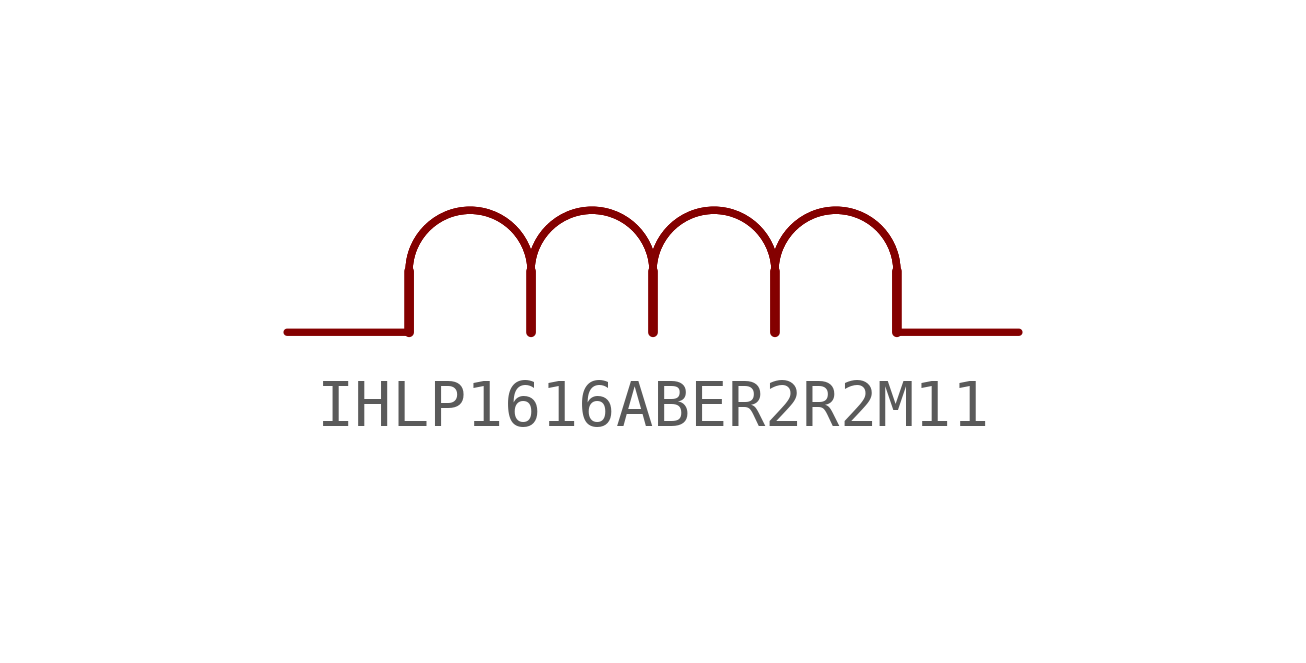
<source format=kicad_sym>
(kicad_symbol_lib
  (version 20231120)
  (generator "kicad_symbol_editor")
  (generator_version "8.0")
  (symbol "IHLP1616ABER2R2M11"
    (property "Reference" "L"
      (at -0.914 3.353 0)
      (effects (font (size 3.48 2.958)) (justify left bottom) (hide yes)))
    (property "ki_locked" ""
      (at 0 0 0)
      (effects (font (size 1.27 1.27))))
    (symbol "IHLP1616ABER2R2M11_1_0"
      (polyline (pts (xy 2.54 0) (xy 2.54 1.27)) (stroke (width 0.203) (type solid)) (fill (type none)))
      (polyline (pts (xy 5.08 0) (xy 5.08 1.27)) (stroke (width 0.203) (type solid)) (fill (type none)))
      (polyline (pts (xy 7.62 0) (xy 7.62 1.27)) (stroke (width 0.203) (type solid)) (fill (type none)))
      (polyline (pts (xy 10.16 0) (xy 10.16 1.27)) (stroke (width 0.203) (type solid)) (fill (type none)))
      (polyline (pts (xy 12.7 0) (xy 12.7 1.27)) (stroke (width 0.203) (type solid)) (fill (type none)))
      (arc (start 5.08 1.27) (mid 3.81 2.54) (end 2.54 1.27) (stroke (width 0.1524) (type solid)) (fill (type none)))
      (arc (start 5.08 1.27) (mid 3.81 2.54) (end 2.54 1.27) (stroke (width 0.1524) (type solid)) (fill (type none)))
      (arc (start 5.08 1.27) (mid 3.81 2.54) (end 2.54 1.27) (stroke (width 0.1524) (type solid)) (fill (type none)))
      (arc (start 7.62 1.27) (mid 6.35 2.54) (end 5.08 1.27) (stroke (width 0.1524) (type solid)) (fill (type none)))
      (arc (start 7.62 1.27) (mid 6.35 2.54) (end 5.08 1.27) (stroke (width 0.1524) (type solid)) (fill (type none)))
      (arc (start 7.62 1.27) (mid 6.35 2.54) (end 5.08 1.27) (stroke (width 0.1524) (type solid)) (fill (type none)))
      (arc (start 10.16 1.27) (mid 8.89 2.54) (end 7.62 1.27) (stroke (width 0.1524) (type solid)) (fill (type none)))
      (arc (start 10.16 1.27) (mid 8.89 2.54) (end 7.62 1.27) (stroke (width 0.1524) (type solid)) (fill (type none)))
      (arc (start 10.16 1.27) (mid 8.89 2.54) (end 7.62 1.27) (stroke (width 0.1524) (type solid)) (fill (type none)))
      (arc (start 12.7 1.27) (mid 11.43 2.54) (end 10.16 1.27) (stroke (width 0.1524) (type solid)) (fill (type none)))
      (arc (start 12.7 1.27) (mid 11.43 2.54) (end 10.16 1.27) (stroke (width 0.1524) (type solid)) (fill (type none)))
      (arc (start 12.7 1.27) (mid 11.43 2.54) (end 10.16 1.27) (stroke (width 0.1524) (type solid)) (fill (type none)))
      (pin passive line (at 15.24 0 180) (length 2.54) (name "1" (effects (font (size 0 0)))) (number "1" (effects (font (size 0 0)))))
      (pin passive line (at 0 0 0) (length 2.54) (name "2" (effects (font (size 0 0)))) (number "2" (effects (font (size 0 0))))))))
</source>
